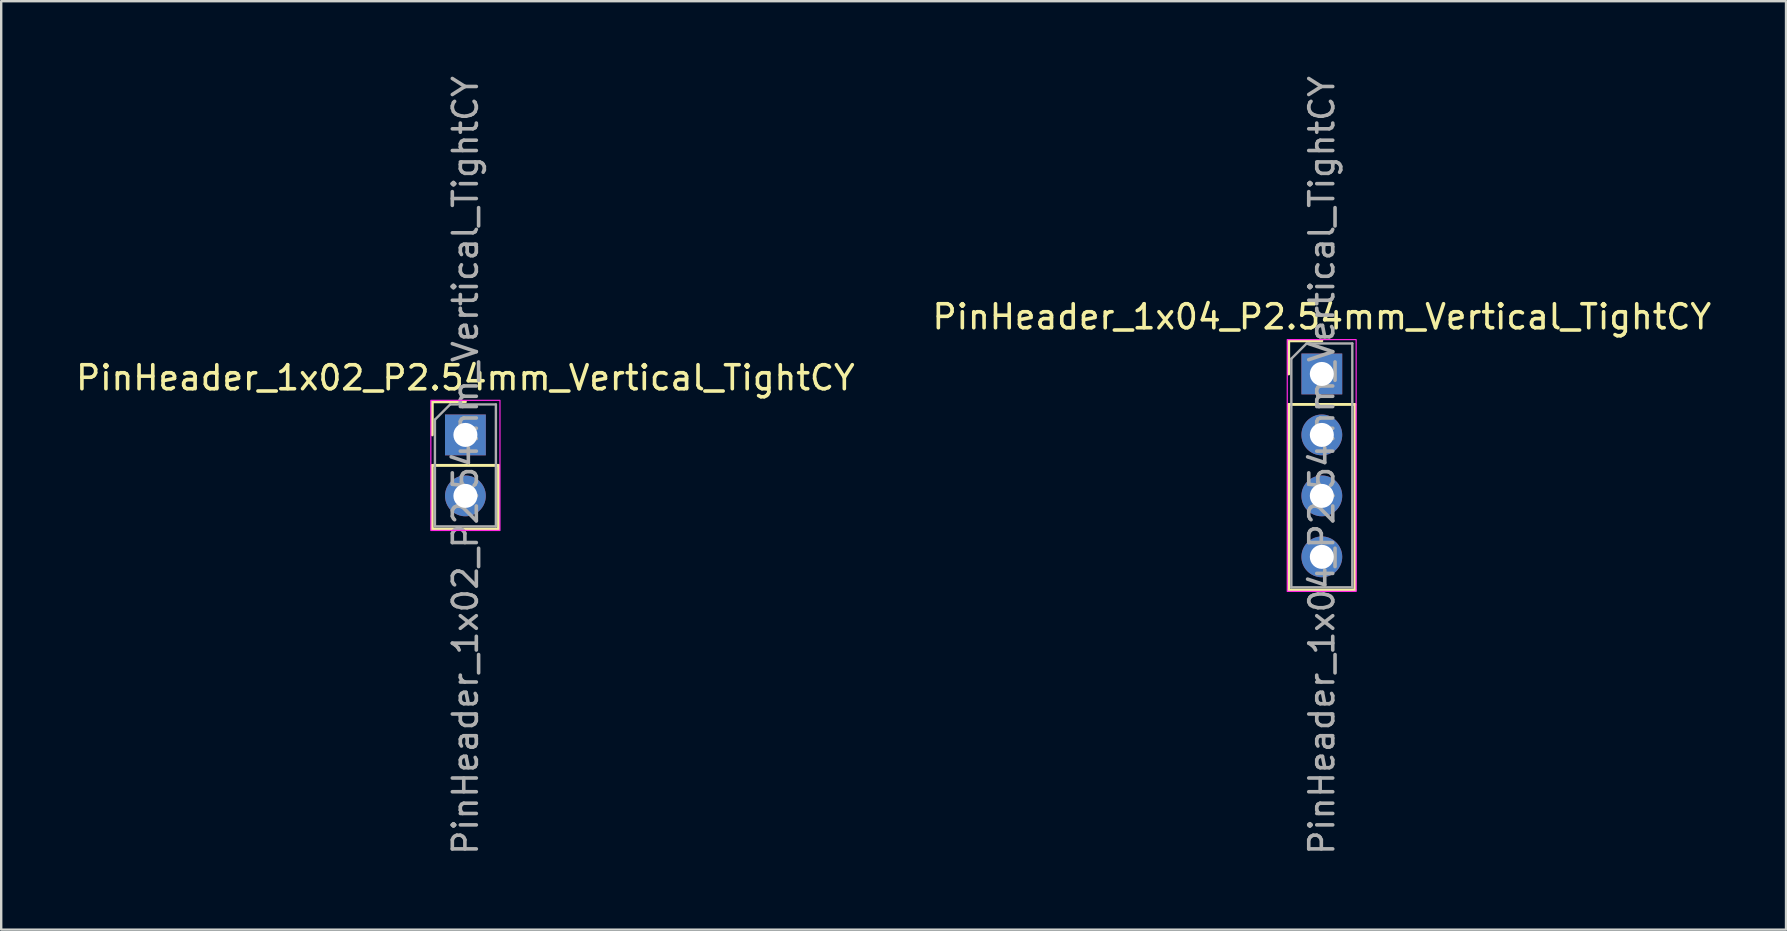
<source format=kicad_pcb>
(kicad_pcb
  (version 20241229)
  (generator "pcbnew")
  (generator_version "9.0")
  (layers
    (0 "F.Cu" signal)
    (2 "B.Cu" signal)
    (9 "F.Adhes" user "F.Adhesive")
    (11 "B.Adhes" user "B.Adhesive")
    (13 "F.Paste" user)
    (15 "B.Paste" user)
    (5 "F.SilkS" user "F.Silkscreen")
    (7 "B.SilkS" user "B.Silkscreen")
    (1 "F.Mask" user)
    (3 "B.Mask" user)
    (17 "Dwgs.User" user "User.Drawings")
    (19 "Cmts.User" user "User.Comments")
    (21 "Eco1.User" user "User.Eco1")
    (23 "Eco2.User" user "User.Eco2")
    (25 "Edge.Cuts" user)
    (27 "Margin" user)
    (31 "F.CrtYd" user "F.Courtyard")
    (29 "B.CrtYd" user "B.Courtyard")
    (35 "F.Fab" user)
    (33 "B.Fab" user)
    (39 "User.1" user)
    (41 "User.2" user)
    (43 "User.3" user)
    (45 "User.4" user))
  (footprint "PinHeader_1x04_P2.54mm_Vertical_TightCY"
    (layer "F.Cu")
    (at 52.018 12.529)
    (property "Reference" "PinHeader_1x04_P2.54mm_Vertical_TightCY" (at 0 -2.38 180) (layer "F.SilkS") (effects (font (size 1 1) (thickness 0.15))))
    (attr through_hole)
    (fp_line (start -1.38 -1.38) (end 0 -1.38) (stroke (width 0.12) (type solid)) (layer "F.SilkS"))
    (fp_line (start -1.38 0) (end -1.38 -1.38) (stroke (width 0.12) (type solid)) (layer "F.SilkS"))
    (fp_line (start -1.38 1.27) (end -1.38 9) (stroke (width 0.12) (type solid)) (layer "F.SilkS"))
    (fp_line (start -1.38 1.27) (end 1.38 1.27) (stroke (width 0.12) (type solid)) (layer "F.SilkS"))
    (fp_line (start -1.38 9) (end 1.38 9) (stroke (width 0.12) (type solid)) (layer "F.SilkS"))
    (fp_line (start 1.38 1.27) (end 1.38 9) (stroke (width 0.12) (type solid)) (layer "F.SilkS"))
    (fp_rect (start -1.44 -1.43) (end 1.43 9.06) (stroke (width 0.05) (type default)) (fill no) (layer "F.CrtYd"))
    (fp_line (start -1.27 -0.635) (end -0.635 -1.27) (stroke (width 0.1) (type solid)) (layer "F.Fab"))
    (fp_line (start -1.27 8.89) (end -1.27 -0.635) (stroke (width 0.1) (type solid)) (layer "F.Fab"))
    (fp_line (start -0.635 -1.27) (end 1.27 -1.27) (stroke (width 0.1) (type solid)) (layer "F.Fab"))
    (fp_line (start 1.27 -1.27) (end 1.27 8.89) (stroke (width 0.1) (type solid)) (layer "F.Fab"))
    (fp_line (start 1.27 8.89) (end -1.27 8.89) (stroke (width 0.1) (type solid)) (layer "F.Fab"))
    (fp_text user "${REFERENCE}" (at 0 3.81 90) (layer "F.Fab") (effects (font (size 1 1) (thickness 0.15))))
    (pad "1" thru_hole rect (at 0 0) (size 1.7 1.7) (drill 1) (layers "*.Cu" "*.Mask"))
    (pad "2" thru_hole circle (at 0 2.54) (size 1.7 1.7) (drill 1) (layers "*.Cu" "*.Mask"))
    (pad "3" thru_hole circle (at 0 5.08) (size 1.7 1.7) (drill 1) (layers "*.Cu" "*.Mask"))
    (pad "4" thru_hole circle (at 0 7.62) (size 1.7 1.7) (drill 1) (layers "*.Cu" "*.Mask")))
  (footprint "PinHeader_1x02_P2.54mm_Vertical_TightCY"
    (layer "F.Cu")
    (at 16.339 15.069)
    (property "Reference" "PinHeader_1x02_P2.54mm_Vertical_TightCY" (at 0 -2.38 180) (layer "F.SilkS") (effects (font (size 1 1) (thickness 0.15))))
    (attr through_hole allow_missing_courtyard)
    (fp_line (start -1.38 -1.38) (end 0 -1.38) (stroke (width 0.12) (type solid)) (layer "F.SilkS"))
    (fp_line (start -1.38 0) (end -1.38 -1.38) (stroke (width 0.12) (type solid)) (layer "F.SilkS"))
    (fp_line (start -1.38 1.27) (end -1.38 3.92) (stroke (width 0.12) (type solid)) (layer "F.SilkS"))
    (fp_line (start -1.38 1.27) (end 1.38 1.27) (stroke (width 0.12) (type solid)) (layer "F.SilkS"))
    (fp_line (start -1.38 3.92) (end 1.38 3.92) (stroke (width 0.12) (type solid)) (layer "F.SilkS"))
    (fp_line (start 1.38 1.27) (end 1.38 3.92) (stroke (width 0.12) (type solid)) (layer "F.SilkS"))
    (fp_rect (start -1.44 -1.44) (end 1.44 3.98) (stroke (width 0.05) (type default)) (fill no) (layer "F.CrtYd"))
    (fp_line (start -1.27 -0.635) (end -0.635 -1.27) (stroke (width 0.1) (type solid)) (layer "F.Fab"))
    (fp_line (start -1.27 3.81) (end -1.27 -0.635) (stroke (width 0.1) (type solid)) (layer "F.Fab"))
    (fp_line (start -0.635 -1.27) (end 1.27 -1.27) (stroke (width 0.1) (type solid)) (layer "F.Fab"))
    (fp_line (start 1.27 -1.27) (end 1.27 3.81) (stroke (width 0.1) (type solid)) (layer "F.Fab"))
    (fp_line (start 1.27 3.81) (end -1.27 3.81) (stroke (width 0.1) (type solid)) (layer "F.Fab"))
    (fp_text user "${REFERENCE}" (at 0 1.27 270) (layer "F.Fab") (effects (font (size 1 1) (thickness 0.15))))
    (pad "1" thru_hole rect (at 0 0) (size 1.7 1.7) (drill 1) (layers "*.Cu" "*.Mask"))
    (pad "2" thru_hole circle (at 0 2.54) (size 1.7 1.7) (drill 1) (layers "*.Cu" "*.Mask")))
  (gr_rect
    (start -3 -3)
    (end 71.357 35.679)
    (stroke (width 0.1) (type default))
    (fill no)
    (layer "Edge.Cuts")))
</source>
